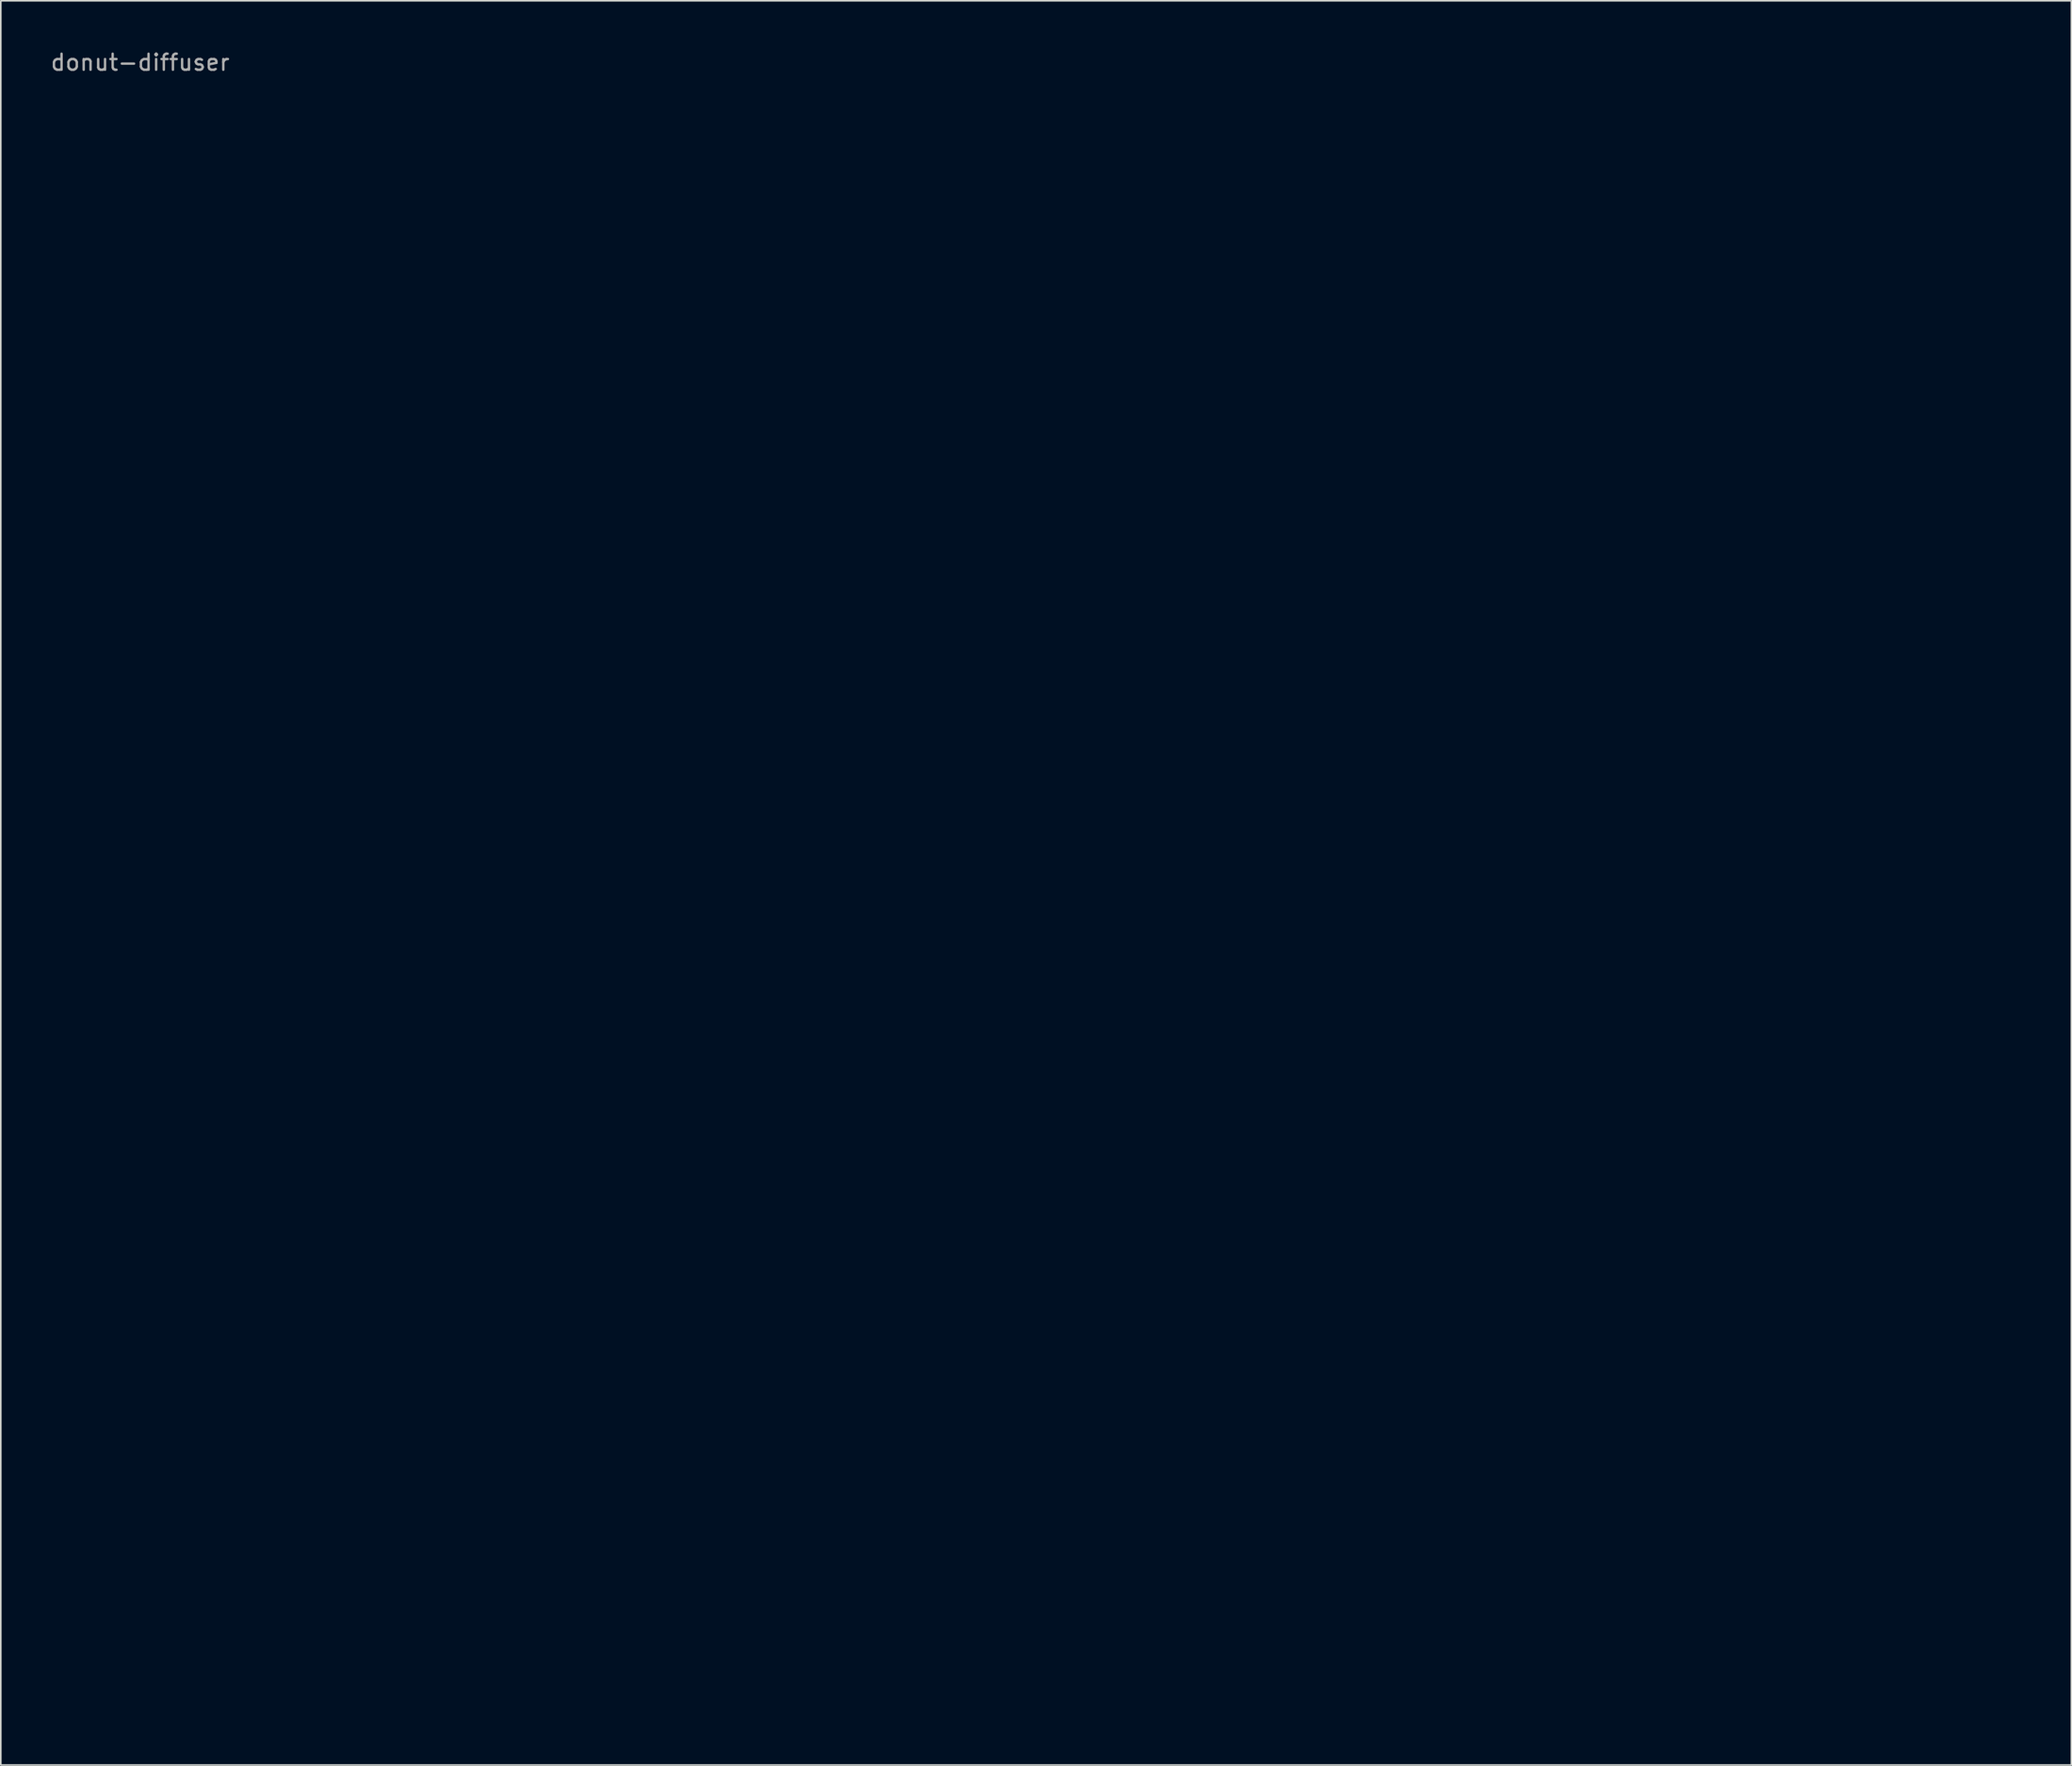
<source format=kicad_pcb>
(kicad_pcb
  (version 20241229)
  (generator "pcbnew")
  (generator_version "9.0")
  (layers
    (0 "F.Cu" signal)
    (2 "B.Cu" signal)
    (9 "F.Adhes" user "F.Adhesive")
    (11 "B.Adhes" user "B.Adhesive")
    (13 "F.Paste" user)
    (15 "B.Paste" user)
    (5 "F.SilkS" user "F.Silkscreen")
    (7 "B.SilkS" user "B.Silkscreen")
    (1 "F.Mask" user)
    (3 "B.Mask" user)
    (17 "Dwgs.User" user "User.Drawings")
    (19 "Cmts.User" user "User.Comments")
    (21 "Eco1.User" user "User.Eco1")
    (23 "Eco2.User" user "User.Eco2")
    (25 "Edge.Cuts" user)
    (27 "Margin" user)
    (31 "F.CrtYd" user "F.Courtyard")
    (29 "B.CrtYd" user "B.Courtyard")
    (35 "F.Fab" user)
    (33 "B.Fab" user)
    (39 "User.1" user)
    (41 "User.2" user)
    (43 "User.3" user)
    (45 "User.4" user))
  (footprint "donut-diffuser"
    (layer "F.Cu")
    (at 5.696 0.348)
    (property "Reference" "donut-diffuser" (at 0 0.5 0) (layer "F.Fab") (effects (font (size 1 1) (thickness 0.15))))
    (attr through_hole)
    (fp_poly (pts (xy 58.675 0) (xy 58.675 17.006) (xy 75.872 17.006) (xy 76.207 17.017) (xy 76.538 17.05) (xy 76.864 17.104) (xy 77.183 17.18) (xy 77.496 17.275) (xy 77.801 17.391) (xy 78.098 17.525) (xy 78.385 17.679) (xy 78.661 17.85) (xy 78.926 18.04) (xy 79.178 18.246) (xy 79.417 18.469) (xy 79.643 18.709) (xy 79.853 18.963) (xy 80.046 19.233) (xy 80.224 19.518) (xy 97.42 49.304) (xy 97.578 49.6) (xy 97.715 49.902) (xy 97.831 50.212) (xy 97.925 50.526) (xy 97.999 50.845) (xy 98.051 51.167) (xy 98.083 51.491) (xy 98.094 51.816) (xy 98.083 52.141) (xy 98.051 52.465) (xy 97.999 52.787) (xy 97.925 53.106) (xy 97.831 53.421) (xy 97.715 53.73) (xy 97.578 54.033) (xy 97.42 54.328) (xy 80.224 84.115) (xy 80.137 84.259) (xy 80.046 84.399) (xy 79.952 84.536) (xy 79.853 84.669) (xy 79.749 84.798) (xy 79.643 84.924) (xy 79.532 85.045) (xy 79.417 85.163) (xy 79.3 85.277) (xy 79.178 85.386) (xy 79.054 85.492) (xy 78.926 85.593) (xy 78.795 85.69) (xy 78.661 85.782) (xy 78.524 85.87) (xy 78.385 85.954) (xy 78.242 86.033) (xy 78.098 86.107) (xy 77.951 86.177) (xy 77.801 86.242) (xy 77.65 86.302) (xy 77.496 86.357) (xy 77.341 86.408) (xy 77.183 86.453) (xy 77.024 86.493) (xy 76.864 86.528) (xy 76.701 86.558) (xy 76.538 86.583) (xy 76.373 86.602) (xy 76.207 86.616) (xy 76.04 86.624) (xy 75.872 86.627) (xy 58.675 86.627) (xy 58.675 103.632) (xy 84.273 103.632) (xy 84.772 103.615) (xy 85.264 103.566) (xy 85.749 103.485) (xy 86.225 103.373) (xy 86.69 103.231) (xy 87.145 103.059) (xy 87.586 102.858) (xy 88.013 102.63) (xy 88.424 102.374) (xy 88.818 102.093) (xy 89.194 101.785) (xy 89.55 101.453) (xy 89.885 101.097) (xy 90.198 100.718) (xy 90.486 100.316) (xy 90.75 99.893) (xy 116.348 55.556) (xy 116.583 55.116) (xy 116.786 54.665) (xy 116.959 54.205) (xy 117.099 53.736) (xy 117.209 53.262) (xy 117.287 52.783) (xy 117.334 52.3) (xy 117.35 51.816) (xy 117.334 51.332) (xy 117.287 50.85) (xy 117.209 50.371) (xy 117.099 49.896) (xy 116.959 49.428) (xy 116.786 48.967) (xy 116.583 48.517) (xy 116.348 48.077) (xy 90.75 3.739) (xy 90.621 3.525) (xy 90.486 3.316) (xy 90.345 3.112) (xy 90.198 2.914) (xy 90.044 2.722) (xy 89.885 2.535) (xy 89.72 2.354) (xy 89.55 2.179) (xy 89.375 2.01) (xy 89.194 1.847) (xy 89.009 1.69) (xy 88.818 1.539) (xy 88.623 1.395) (xy 88.424 1.257) (xy 88.22 1.126) (xy 88.013 1.002) (xy 87.801 0.884) (xy 87.586 0.773) (xy 87.367 0.67) (xy 87.145 0.573) (xy 86.919 0.483) (xy 86.69 0.401) (xy 86.459 0.326) (xy 86.225 0.259) (xy 85.988 0.199) (xy 85.749 0.147) (xy 85.507 0.102) (xy 85.264 0.066) (xy 85.019 0.037) (xy 84.772 0.017) (xy 84.523 0.004) (xy 84.273 0) (xy 58.675 0)) (stroke (width 0.35) (type solid)) (fill no) (layer "Eco2.User"))
    (fp_poly (pts (xy 0 51.816) (xy 0.004 52.058) (xy 0.016 52.3) (xy 0.035 52.541) (xy 0.063 52.782) (xy 0.098 53.022) (xy 0.141 53.262) (xy 0.192 53.5) (xy 0.251 53.736) (xy 0.317 53.971) (xy 0.391 54.205) (xy 0.474 54.436) (xy 0.564 54.665) (xy 0.661 54.892) (xy 0.767 55.116) (xy 0.881 55.337) (xy 1.002 55.556) (xy 26.6 99.893) (xy 26.729 100.107) (xy 26.864 100.316) (xy 27.005 100.52) (xy 27.153 100.718) (xy 27.306 100.91) (xy 27.465 101.097) (xy 27.63 101.278) (xy 27.8 101.453) (xy 27.976 101.622) (xy 28.156 101.785) (xy 28.342 101.942) (xy 28.532 102.093) (xy 28.727 102.237) (xy 28.926 102.374) (xy 29.13 102.506) (xy 29.338 102.63) (xy 29.549 102.748) (xy 29.765 102.858) (xy 29.984 102.962) (xy 30.206 103.059) (xy 30.431 103.148) (xy 30.66 103.231) (xy 30.891 103.306) (xy 31.126 103.373) (xy 31.362 103.433) (xy 31.602 103.485) (xy 31.843 103.53) (xy 32.086 103.566) (xy 32.332 103.595) (xy 32.579 103.615) (xy 32.827 103.628) (xy 33.077 103.632) (xy 58.675 103.632) (xy 58.675 86.627) (xy 41.478 86.627) (xy 41.143 86.616) (xy 40.813 86.583) (xy 40.487 86.528) (xy 40.167 86.453) (xy 39.854 86.357) (xy 39.549 86.242) (xy 39.253 86.107) (xy 38.966 85.954) (xy 38.689 85.782) (xy 38.424 85.593) (xy 38.172 85.386) (xy 37.933 85.163) (xy 37.707 84.924) (xy 37.497 84.669) (xy 37.303 84.399) (xy 37.126 84.115) (xy 19.93 54.328) (xy 19.772 54.033) (xy 19.635 53.73) (xy 19.519 53.421) (xy 19.425 53.106) (xy 19.351 52.787) (xy 19.298 52.465) (xy 19.267 52.141) (xy 19.256 51.816) (xy 19.267 51.491) (xy 19.298 51.167) (xy 19.351 50.845) (xy 19.425 50.526) (xy 19.519 50.212) (xy 19.635 49.902) (xy 19.772 49.6) (xy 19.93 49.304) (xy 37.126 19.518) (xy 37.213 19.374) (xy 37.303 19.233) (xy 37.398 19.096) (xy 37.497 18.963) (xy 37.601 18.834) (xy 37.707 18.709) (xy 37.818 18.587) (xy 37.933 18.469) (xy 38.051 18.356) (xy 38.172 18.246) (xy 38.297 18.141) (xy 38.424 18.04) (xy 38.555 17.943) (xy 38.689 17.85) (xy 38.826 17.762) (xy 38.966 17.679) (xy 39.108 17.6) (xy 39.253 17.525) (xy 39.4 17.456) (xy 39.549 17.391) (xy 39.701 17.33) (xy 39.854 17.275) (xy 40.01 17.225) (xy 40.167 17.18) (xy 40.326 17.139) (xy 40.487 17.104) (xy 40.649 17.074) (xy 40.813 17.05) (xy 40.977 17.031) (xy 41.143 17.017) (xy 41.31 17.008) (xy 41.478 17.006) (xy 58.675 17.006) (xy 58.675 0) (xy 33.077 0) (xy 32.579 0.017) (xy 32.086 0.066) (xy 31.602 0.147) (xy 31.126 0.259) (xy 30.66 0.401) (xy 30.206 0.573) (xy 29.765 0.773) (xy 29.338 1.002) (xy 28.926 1.257) (xy 28.532 1.539) (xy 28.156 1.847) (xy 27.8 2.179) (xy 27.465 2.535) (xy 27.153 2.914) (xy 26.864 3.316) (xy 26.6 3.739) (xy 1.002 48.077) (xy 0.881 48.295) (xy 0.767 48.517) (xy 0.661 48.741) (xy 0.564 48.967) (xy 0.474 49.197) (xy 0.391 49.428) (xy 0.317 49.661) (xy 0.251 49.896) (xy 0.192 50.133) (xy 0.141 50.37) (xy 0.098 50.61) (xy 0.063 50.85) (xy 0.035 51.091) (xy 0.016 51.332) (xy 0.004 51.574) (xy 0 51.816)) (stroke (width 0.35) (type solid)) (fill no) (layer "Eco2.User")))
  (gr_rect
    (start -3 -3)
    (end 126.221 107.155)
    (stroke (width 0.1) (type default))
    (fill no)
    (layer "Edge.Cuts")))
</source>
